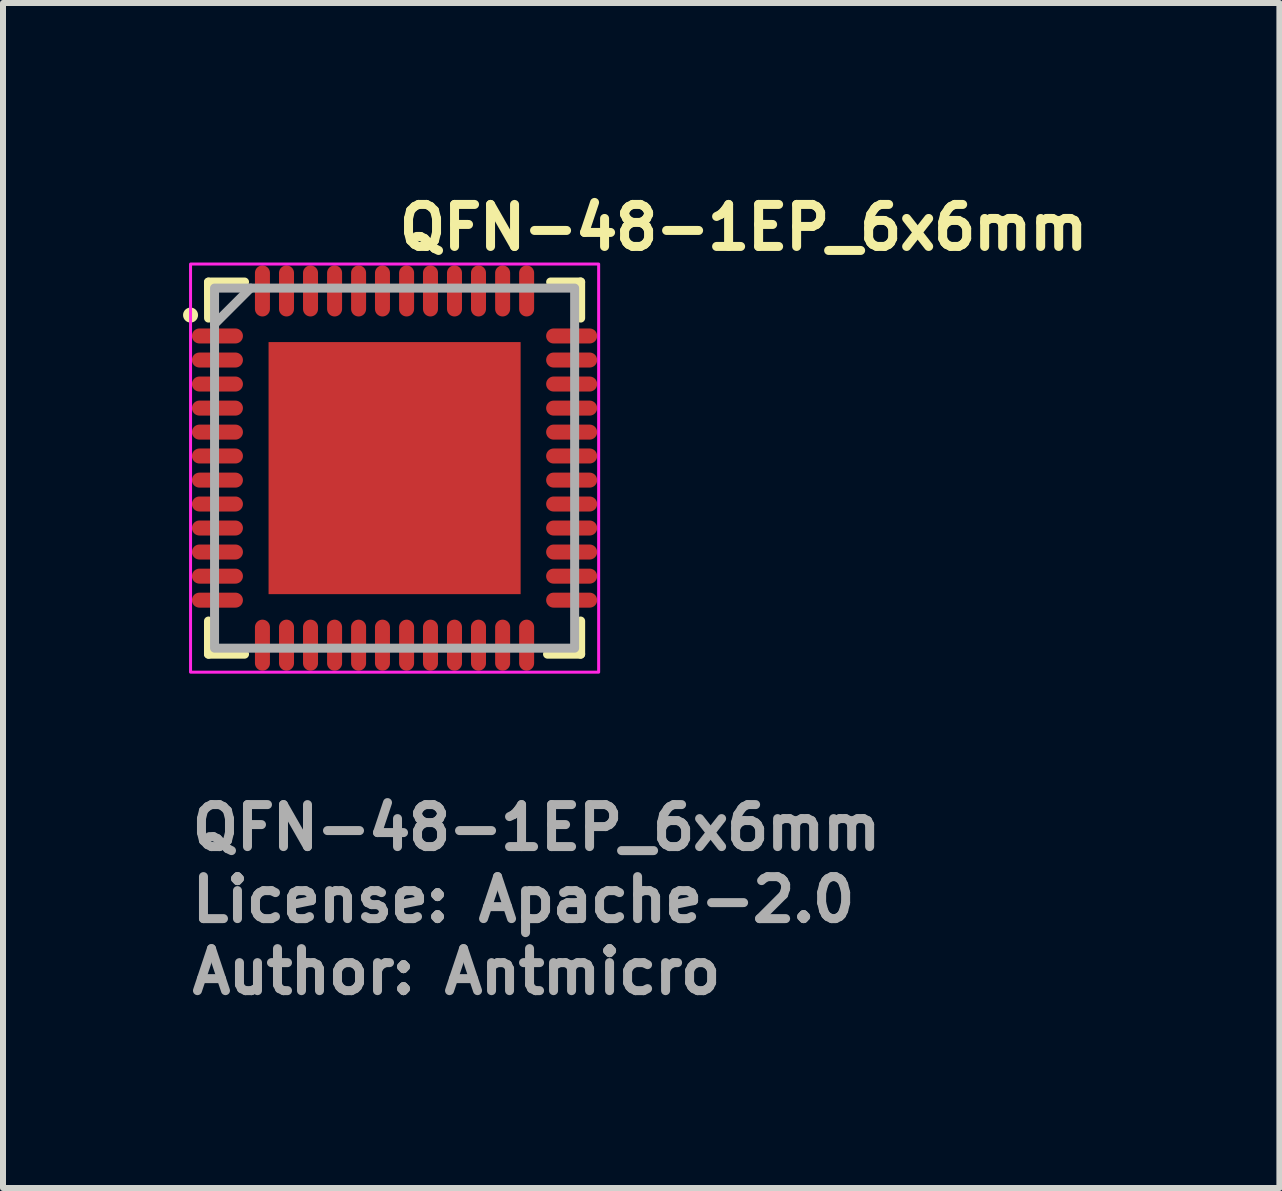
<source format=kicad_pcb>
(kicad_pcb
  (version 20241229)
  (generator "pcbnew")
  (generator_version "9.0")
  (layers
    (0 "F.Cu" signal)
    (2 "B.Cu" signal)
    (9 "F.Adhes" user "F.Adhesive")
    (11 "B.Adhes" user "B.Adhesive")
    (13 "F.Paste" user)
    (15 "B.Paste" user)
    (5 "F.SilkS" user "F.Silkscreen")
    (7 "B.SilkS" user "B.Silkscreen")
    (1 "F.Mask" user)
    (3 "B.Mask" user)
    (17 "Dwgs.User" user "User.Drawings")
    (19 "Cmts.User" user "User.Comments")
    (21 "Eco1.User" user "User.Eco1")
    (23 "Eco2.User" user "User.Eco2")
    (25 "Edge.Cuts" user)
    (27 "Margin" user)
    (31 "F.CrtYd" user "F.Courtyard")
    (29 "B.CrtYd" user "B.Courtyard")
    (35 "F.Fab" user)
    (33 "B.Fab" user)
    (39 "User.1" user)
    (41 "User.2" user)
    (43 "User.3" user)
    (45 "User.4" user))
  (footprint "QFN-48-1EP_6x6mm"
    (layer "F.Cu")
    (at 3.525 4.75)
    (property "Reference" "QFN-48-1EP_6x6mm" (at 0 -3.6 0) (layer "F.SilkS") (effects (font (size 0.7 0.7) (thickness 0.15)) (justify left bottom)))
    (attr smd)
    (fp_line (start -3.101 -3.1) (end -3.1 -2.5) (stroke (width 0.15) (type solid)) (layer "F.SilkS"))
    (fp_line (start -3.101 2.548) (end -3.101 3.1) (stroke (width 0.15) (type solid)) (layer "F.SilkS"))
    (fp_line (start -3.101 3.1) (end -2.5 3.1) (stroke (width 0.15) (type solid)) (layer "F.SilkS"))
    (fp_line (start -2.5 -3.101) (end -3.101 -3.1) (stroke (width 0.15) (type solid)) (layer "F.SilkS"))
    (fp_line (start 2.548 3.1) (end 3.1 3.1) (stroke (width 0.15) (type solid)) (layer "F.SilkS"))
    (fp_line (start 2.6 -3.101) (end 3.1 -3.101) (stroke (width 0.15) (type solid)) (layer "F.SilkS"))
    (fp_line (start 3.1 -3.101) (end 3.1 -2.5) (stroke (width 0.15) (type solid)) (layer "F.SilkS"))
    (fp_line (start 3.1 3.1) (end 3.1 2.548) (stroke (width 0.15) (type solid)) (layer "F.SilkS"))
    (fp_circle (center -3.4 -2.55) (end -3.35 -2.55) (stroke (width 0.15) (type solid)) (fill yes) (layer "F.SilkS"))
    (fp_rect (start -3.4 -3.4) (end 3.4 3.4) (stroke (width 0.05) (type solid)) (fill no) (layer "F.CrtYd"))
    (fp_line (start -3 -2.4) (end -2.4 -3) (stroke (width 0.15) (type solid)) (layer "F.Fab"))
    (fp_rect (start 3 3) (end -3 -3) (stroke (width 0.15) (type solid)) (fill no) (layer "F.Fab"))
    (fp_rect (start -3 -3) (end 3 3) (stroke (width 0.15) (type solid)) (fill no) (layer "User.5"))
    (fp_line (start -3 -3) (end -3 3) (stroke (width 0.01) (type solid)) (layer "User.9"))
    (fp_line (start -3 3) (end 3 3) (stroke (width 0.01) (type solid)) (layer "User.9"))
    (fp_line (start 3 -3) (end -3 -3) (stroke (width 0.01) (type solid)) (layer "User.9"))
    (fp_line (start 3 3) (end 3 -3) (stroke (width 0.01) (type solid)) (layer "User.9"))
    (fp_circle (center -2.4 -2.4) (end -2.248 -2.4) (stroke (width 0.02) (type solid)) (fill no) (layer "User.9"))
    (fp_text user "License: Apache-2.0" (at -3.45 7.6 0) (layer "F.Fab") (effects (font (size 0.7 0.7) (thickness 0.15)) (justify left bottom)))
    (fp_text user "Author: Antmicro" (at -3.45 8.8 0) (layer "F.Fab") (effects (font (size 0.7 0.7) (thickness 0.15)) (justify left bottom)))
    (fp_text user "${REFERENCE}" (at -3.45 6.4 0) (layer "F.Fab") (effects (font (size 0.7 0.7) (thickness 0.15)) (justify left bottom)))
    (pad "" smd rect (at -1 -1) (size 1.8 1.8) (layers "F.Paste"))
    (pad "" smd rect (at -1 1) (size 1.8 1.8) (layers "F.Paste"))
    (pad "" smd rect (at 1 -1) (size 1.8 1.8) (layers "F.Paste"))
    (pad "" smd rect (at 1 1) (size 1.8 1.8) (layers "F.Paste"))
    (pad "1" smd oval (at -2.952 -2.202) (size 0.85 0.25) (layers "F.Cu" "F.Mask" "F.Paste"))
    (pad "2" smd oval (at -2.952 -1.801) (size 0.85 0.25) (layers "F.Cu" "F.Mask" "F.Paste"))
    (pad "3" smd oval (at -2.952 -1.401) (size 0.85 0.25) (layers "F.Cu" "F.Mask" "F.Paste"))
    (pad "4" smd oval (at -2.952 -1) (size 0.85 0.25) (layers "F.Cu" "F.Mask" "F.Paste"))
    (pad "5" smd oval (at -2.952 -0.6) (size 0.85 0.25) (layers "F.Cu" "F.Mask" "F.Paste"))
    (pad "6" smd oval (at -2.952 -0.202) (size 0.85 0.25) (layers "F.Cu" "F.Mask" "F.Paste"))
    (pad "7" smd oval (at -2.952 0.2) (size 0.85 0.25) (layers "F.Cu" "F.Mask" "F.Paste"))
    (pad "8" smd oval (at -2.952 0.598) (size 0.85 0.25) (layers "F.Cu" "F.Mask" "F.Paste"))
    (pad "9" smd oval (at -2.952 0.998) (size 0.85 0.25) (layers "F.Cu" "F.Mask" "F.Paste"))
    (pad "10" smd oval (at -2.952 1.398) (size 0.85 0.25) (layers "F.Cu" "F.Mask" "F.Paste"))
    (pad "11" smd oval (at -2.952 1.8) (size 0.85 0.25) (layers "F.Cu" "F.Mask" "F.Paste"))
    (pad "12" smd oval (at -2.952 2.2) (size 0.85 0.25) (layers "F.Cu" "F.Mask" "F.Paste"))
    (pad "13" smd oval (at -2.202 2.95 90) (size 0.85 0.25) (layers "F.Cu" "F.Mask" "F.Paste"))
    (pad "14" smd oval (at -1.801 2.95 90) (size 0.85 0.25) (layers "F.Cu" "F.Mask" "F.Paste"))
    (pad "15" smd oval (at -1.401 2.95 90) (size 0.85 0.25) (layers "F.Cu" "F.Mask" "F.Paste"))
    (pad "16" smd oval (at -1 2.95 90) (size 0.85 0.25) (layers "F.Cu" "F.Mask" "F.Paste"))
    (pad "17" smd oval (at -0.6 2.95 90) (size 0.85 0.25) (layers "F.Cu" "F.Mask" "F.Paste"))
    (pad "18" smd oval (at -0.202 2.95 90) (size 0.85 0.25) (layers "F.Cu" "F.Mask" "F.Paste"))
    (pad "19" smd oval (at 0.2 2.95 90) (size 0.85 0.25) (layers "F.Cu" "F.Mask" "F.Paste"))
    (pad "20" smd oval (at 0.598 2.95 90) (size 0.85 0.25) (layers "F.Cu" "F.Mask" "F.Paste"))
    (pad "21" smd oval (at 0.998 2.95 90) (size 0.85 0.25) (layers "F.Cu" "F.Mask" "F.Paste"))
    (pad "22" smd oval (at 1.398 2.95 90) (size 0.85 0.25) (layers "F.Cu" "F.Mask" "F.Paste"))
    (pad "23" smd oval (at 1.8 2.95 90) (size 0.85 0.25) (layers "F.Cu" "F.Mask" "F.Paste"))
    (pad "24" smd oval (at 2.2 2.95 90) (size 0.85 0.25) (layers "F.Cu" "F.Mask" "F.Paste"))
    (pad "25" smd oval (at 2.95 2.2) (size 0.85 0.25) (layers "F.Cu" "F.Mask" "F.Paste"))
    (pad "26" smd oval (at 2.95 1.8) (size 0.85 0.25) (layers "F.Cu" "F.Mask" "F.Paste"))
    (pad "27" smd oval (at 2.95 1.398) (size 0.85 0.25) (layers "F.Cu" "F.Mask" "F.Paste"))
    (pad "28" smd oval (at 2.95 0.998) (size 0.85 0.25) (layers "F.Cu" "F.Mask" "F.Paste"))
    (pad "29" smd oval (at 2.95 0.598) (size 0.85 0.25) (layers "F.Cu" "F.Mask" "F.Paste"))
    (pad "30" smd oval (at 2.95 0.2) (size 0.85 0.25) (layers "F.Cu" "F.Mask" "F.Paste"))
    (pad "31" smd oval (at 2.95 -0.202) (size 0.85 0.25) (layers "F.Cu" "F.Mask" "F.Paste"))
    (pad "32" smd oval (at 2.95 -0.6) (size 0.85 0.25) (layers "F.Cu" "F.Mask" "F.Paste"))
    (pad "33" smd oval (at 2.95 -1) (size 0.85 0.25) (layers "F.Cu" "F.Mask" "F.Paste"))
    (pad "34" smd oval (at 2.95 -1.401) (size 0.85 0.25) (layers "F.Cu" "F.Mask" "F.Paste"))
    (pad "35" smd oval (at 2.95 -1.801) (size 0.85 0.25) (layers "F.Cu" "F.Mask" "F.Paste"))
    (pad "36" smd oval (at 2.95 -2.202) (size 0.85 0.25) (layers "F.Cu" "F.Mask" "F.Paste"))
    (pad "37" smd oval (at 2.2 -2.952 90) (size 0.85 0.25) (layers "F.Cu" "F.Mask" "F.Paste"))
    (pad "38" smd oval (at 1.8 -2.952 90) (size 0.85 0.25) (layers "F.Cu" "F.Mask" "F.Paste"))
    (pad "39" smd oval (at 1.398 -2.952 90) (size 0.85 0.25) (layers "F.Cu" "F.Mask" "F.Paste"))
    (pad "40" smd oval (at 0.998 -2.952 90) (size 0.85 0.25) (layers "F.Cu" "F.Mask" "F.Paste"))
    (pad "41" smd oval (at 0.598 -2.952 90) (size 0.85 0.25) (layers "F.Cu" "F.Mask" "F.Paste"))
    (pad "42" smd oval (at 0.2 -2.952 90) (size 0.85 0.25) (layers "F.Cu" "F.Mask" "F.Paste"))
    (pad "43" smd oval (at -0.202 -2.952 90) (size 0.85 0.25) (layers "F.Cu" "F.Mask" "F.Paste"))
    (pad "44" smd oval (at -0.6 -2.952 90) (size 0.85 0.25) (layers "F.Cu" "F.Mask" "F.Paste"))
    (pad "45" smd oval (at -1 -2.952 90) (size 0.85 0.25) (layers "F.Cu" "F.Mask" "F.Paste"))
    (pad "46" smd oval (at -1.401 -2.952 90) (size 0.85 0.25) (layers "F.Cu" "F.Mask" "F.Paste"))
    (pad "47" smd oval (at -1.801 -2.952 90) (size 0.85 0.25) (layers "F.Cu" "F.Mask" "F.Paste"))
    (pad "48" smd oval (at -2.202 -2.952 90) (size 0.85 0.25) (layers "F.Cu" "F.Mask" "F.Paste"))
    (pad "49" smd rect (at 0 0) (size 4.2 4.2) (layers "F.Cu" "F.Mask")))
  (gr_rect
    (start -3 -3)
    (end 18.268 16.745)
    (stroke (width 0.1) (type default))
    (fill no)
    (layer "Edge.Cuts")))
</source>
